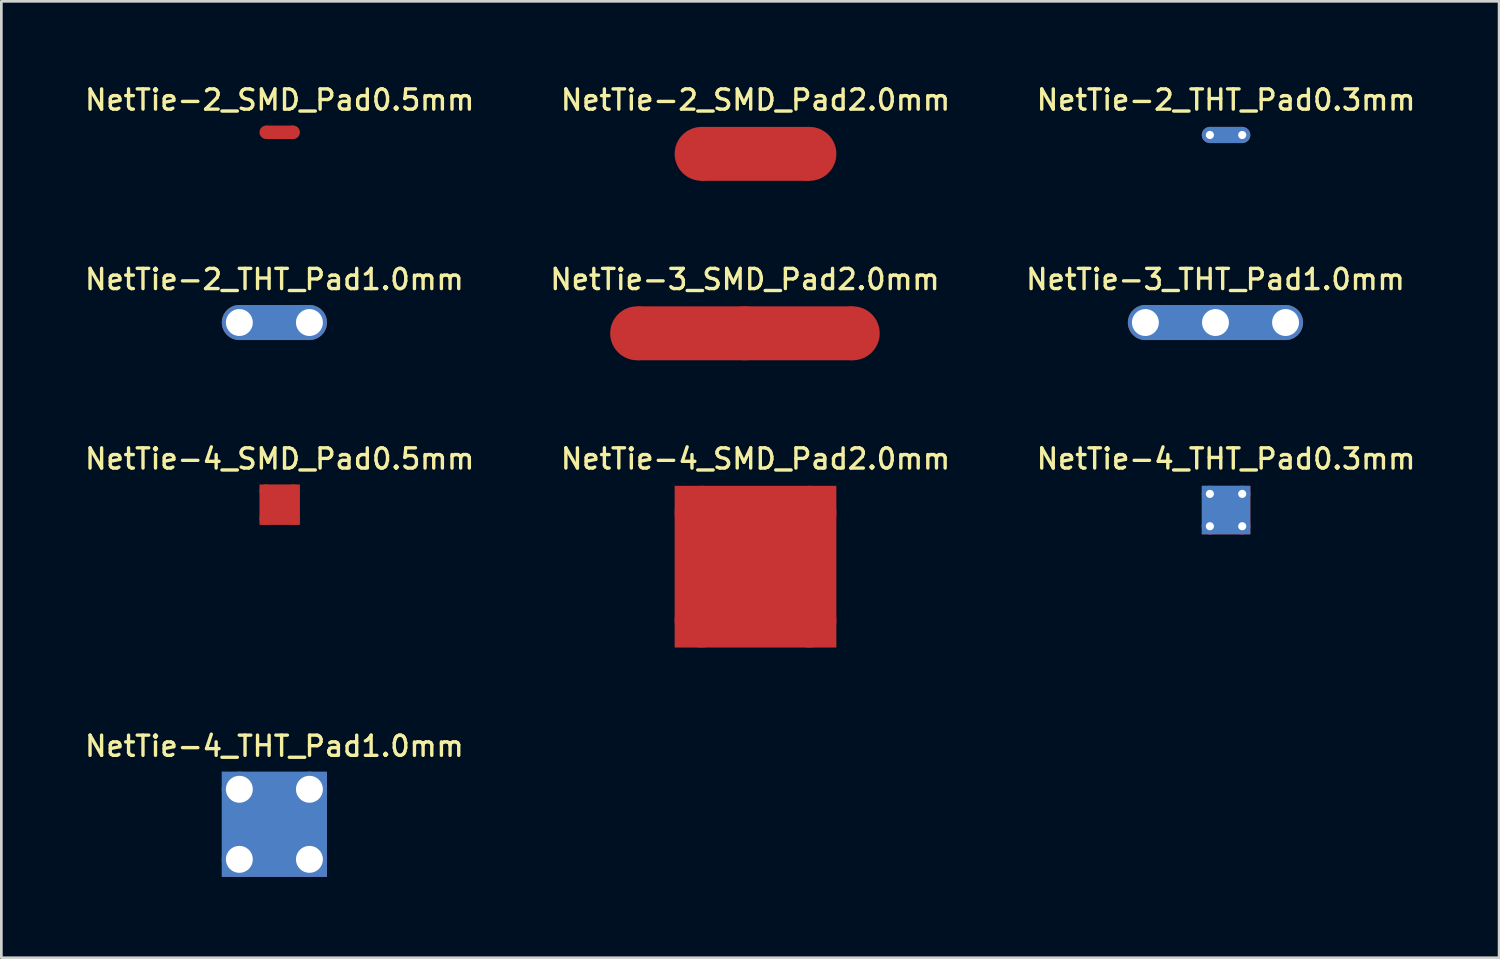
<source format=kicad_pcb>
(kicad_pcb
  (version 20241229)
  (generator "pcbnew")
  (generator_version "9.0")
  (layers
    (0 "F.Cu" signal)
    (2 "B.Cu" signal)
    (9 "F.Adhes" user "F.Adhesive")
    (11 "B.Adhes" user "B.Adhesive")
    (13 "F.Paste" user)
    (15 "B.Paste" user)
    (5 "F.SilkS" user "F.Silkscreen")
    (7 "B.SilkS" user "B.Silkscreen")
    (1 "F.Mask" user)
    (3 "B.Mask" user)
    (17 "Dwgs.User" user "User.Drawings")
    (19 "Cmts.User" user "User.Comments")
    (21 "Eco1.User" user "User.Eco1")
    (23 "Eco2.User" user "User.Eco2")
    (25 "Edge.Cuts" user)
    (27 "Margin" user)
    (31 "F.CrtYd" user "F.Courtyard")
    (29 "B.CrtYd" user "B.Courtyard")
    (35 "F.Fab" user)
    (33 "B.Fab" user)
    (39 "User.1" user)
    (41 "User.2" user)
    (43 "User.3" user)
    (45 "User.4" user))
  (footprint "NetTie-2_SMD_Pad2.0mm"
    (layer "F.Cu")
    (at 24.98 2.658)
    (property "Reference" "NetTie-2_SMD_Pad2.0mm" (at 0 -2 0) (layer "F.SilkS") (effects (font (size 0.75 0.75) (thickness 0.125))))
    (attr exclude_from_pos_files exclude_from_bom allow_missing_courtyard)
    (fp_poly (pts (xy -2 -1) (xy 2 -1) (xy 2 1) (xy -2 1)) (stroke (width 0) (type solid)) (fill yes) (layer "F.Cu"))
    (pad "1" smd circle (at -2 0) (size 2 2) (layers "F.Cu"))
    (pad "2" smd circle (at 2 0) (size 2 2) (layers "F.Cu")))
  (footprint "NetTie-4_THT_Pad0.3mm"
    (layer "F.Cu")
    (at 41.838 15.274)
    (property "Reference" "NetTie-4_THT_Pad0.3mm" (at 0.6 -1.3 0) (layer "F.SilkS") (effects (font (size 0.75 0.75) (thickness 0.125))))
    (attr exclude_from_pos_files exclude_from_bom allow_missing_courtyard)
    (fp_poly (pts (xy -0.3 -0.3) (xy 1.5 -0.3) (xy 1.5 1.5) (xy -0.3 1.5)) (stroke (width 0) (type solid)) (fill yes) (layer "F.Cu"))
    (fp_poly (pts (xy -0.3 -0.3) (xy 1.5 -0.3) (xy 1.5 1.5) (xy -0.3 1.5)) (stroke (width 0) (type solid)) (fill yes) (layer "B.Cu"))
    (pad "1" thru_hole circle (at 0 0) (size 0.6 0.6) (drill 0.3) (layers "*.Cu"))
    (pad "2" thru_hole circle (at 1.2 0) (size 0.6 0.6) (drill 0.3) (layers "*.Cu"))
    (pad "3" thru_hole circle (at 0 1.2) (size 0.6 0.6) (drill 0.3) (layers "*.Cu"))
    (pad "4" thru_hole circle (at 1.2 1.2) (size 0.6 0.6) (drill 0.3) (layers "*.Cu")))
  (footprint "NetTie-3_THT_Pad1.0mm"
    (layer "F.Cu")
    (at 39.445 8.916)
    (property "Reference" "NetTie-3_THT_Pad1.0mm" (at 2.6 -1.6 0) (layer "F.SilkS") (effects (font (size 0.75 0.75) (thickness 0.125))))
    (attr exclude_from_pos_files exclude_from_bom allow_missing_courtyard)
    (fp_poly (pts (xy 0 -0.65) (xy 5.2 -0.65) (xy 5.2 0.65) (xy 0 0.65)) (stroke (width 0) (type solid)) (fill yes) (layer "F.Cu"))
    (fp_poly (pts (xy 0 -0.65) (xy 5.2 -0.65) (xy 5.2 0.65) (xy 0 0.65)) (stroke (width 0) (type solid)) (fill yes) (layer "B.Cu"))
    (pad "1" thru_hole circle (at 0 0) (size 1.3 1.3) (drill 1) (layers "*.Cu"))
    (pad "2" thru_hole circle (at 2.6 0) (size 1.3 1.3) (drill 1) (layers "*.Cu"))
    (pad "3" thru_hole circle (at 5.2 0) (size 1.3 1.3) (drill 1) (layers "*.Cu")))
  (footprint "NetTie-2_THT_Pad1.0mm"
    (layer "F.Cu")
    (at 5.83 8.916)
    (property "Reference" "NetTie-2_THT_Pad1.0mm" (at 1.3 -1.6 0) (layer "F.SilkS") (effects (font (size 0.75 0.75) (thickness 0.125))))
    (attr exclude_from_pos_files exclude_from_bom allow_missing_courtyard)
    (fp_poly (pts (xy 0 -0.65) (xy 2.6 -0.65) (xy 2.6 0.65) (xy 0 0.65)) (stroke (width 0) (type solid)) (fill yes) (layer "F.Cu"))
    (fp_poly (pts (xy 0 -0.65) (xy 2.6 -0.65) (xy 2.6 0.65) (xy 0 0.65)) (stroke (width 0) (type solid)) (fill yes) (layer "B.Cu"))
    (pad "1" thru_hole circle (at 0 0) (size 1.3 1.3) (drill 1) (layers "*.Cu"))
    (pad "2" thru_hole circle (at 2.6 0) (size 1.3 1.3) (drill 1) (layers "*.Cu")))
  (footprint "NetTie-3_SMD_Pad2.0mm"
    (layer "F.Cu")
    (at 24.588 9.316)
    (property "Reference" "NetTie-3_SMD_Pad2.0mm" (at 0 -2 0) (layer "F.SilkS") (effects (font (size 0.75 0.75) (thickness 0.125))))
    (attr exclude_from_pos_files exclude_from_bom allow_missing_courtyard)
    (fp_poly (pts (xy -4 -1) (xy 4 -1) (xy 4 1) (xy -4 1)) (stroke (width 0) (type solid)) (fill yes) (layer "F.Cu"))
    (pad "1" smd circle (at -4 0) (size 2 2) (layers "F.Cu"))
    (pad "2" smd circle (at 0 0) (size 2 2) (layers "F.Cu"))
    (pad "3" smd circle (at 4 0) (size 2 2) (layers "F.Cu")))
  (footprint "NetTie-4_SMD_Pad0.5mm"
    (layer "F.Cu")
    (at 7.327 15.674)
    (property "Reference" "NetTie-4_SMD_Pad0.5mm" (at 0 -1.7 0) (layer "F.SilkS") (effects (font (size 0.75 0.75) (thickness 0.125))))
    (attr exclude_from_pos_files exclude_from_bom allow_missing_courtyard)
    (fp_poly (pts (xy -0.75 -0.75) (xy 0.75 -0.75) (xy 0.75 0.75) (xy -0.75 0.75)) (stroke (width 0) (type solid)) (fill yes) (layer "F.Cu"))
    (pad "1" smd circle (at -0.5 -0.5) (size 0.5 0.5) (layers "F.Cu"))
    (pad "2" smd circle (at 0.5 -0.5) (size 0.5 0.5) (layers "F.Cu"))
    (pad "3" smd circle (at -0.5 0.5) (size 0.5 0.5) (layers "F.Cu"))
    (pad "4" smd circle (at 0.5 0.5) (size 0.5 0.5) (layers "F.Cu")))
  (footprint "NetTie-4_THT_Pad1.0mm"
    (layer "F.Cu")
    (at 5.83 26.233)
    (property "Reference" "NetTie-4_THT_Pad1.0mm" (at 1.3 -1.6 0) (layer "F.SilkS") (effects (font (size 0.75 0.75) (thickness 0.125))))
    (attr exclude_from_pos_files exclude_from_bom allow_missing_courtyard)
    (fp_poly (pts (xy -0.65 -0.65) (xy 3.25 -0.65) (xy 3.25 3.25) (xy -0.65 3.25)) (stroke (width 0) (type solid)) (fill yes) (layer "F.Cu"))
    (fp_poly (pts (xy -0.65 -0.65) (xy 3.25 -0.65) (xy 3.25 3.25) (xy -0.65 3.25)) (stroke (width 0) (type solid)) (fill yes) (layer "B.Cu"))
    (pad "1" thru_hole circle (at 0 0) (size 1.3 1.3) (drill 1) (layers "*.Cu"))
    (pad "2" thru_hole circle (at 2.6 0) (size 1.3 1.3) (drill 1) (layers "*.Cu"))
    (pad "3" thru_hole circle (at 0 2.6) (size 1.3 1.3) (drill 1) (layers "*.Cu"))
    (pad "4" thru_hole circle (at 2.6 2.6) (size 1.3 1.3) (drill 1) (layers "*.Cu")))
  (footprint "NetTie-2_THT_Pad0.3mm"
    (layer "F.Cu")
    (at 41.838 1.958)
    (property "Reference" "NetTie-2_THT_Pad0.3mm" (at 0.6 -1.3 0) (layer "F.SilkS") (effects (font (size 0.75 0.75) (thickness 0.125))))
    (attr exclude_from_pos_files exclude_from_bom allow_missing_courtyard)
    (fp_poly (pts (xy 0 -0.3) (xy 1.2 -0.3) (xy 1.2 0.3) (xy 0 0.3)) (stroke (width 0) (type solid)) (fill yes) (layer "F.Cu"))
    (fp_poly (pts (xy 0 -0.3) (xy 1.2 -0.3) (xy 1.2 0.3) (xy 0 0.3)) (stroke (width 0) (type solid)) (fill yes) (layer "B.Cu"))
    (pad "1" thru_hole circle (at 0 0) (size 0.6 0.6) (drill 0.3) (layers "*.Cu"))
    (pad "2" thru_hole circle (at 1.2 0) (size 0.6 0.6) (drill 0.3) (layers "*.Cu")))
  (footprint "NetTie-4_SMD_Pad2.0mm"
    (layer "F.Cu")
    (at 24.98 17.974)
    (property "Reference" "NetTie-4_SMD_Pad2.0mm" (at 0 -4 0) (layer "F.SilkS") (effects (font (size 0.75 0.75) (thickness 0.125))))
    (attr exclude_from_pos_files exclude_from_bom allow_missing_courtyard)
    (fp_poly (pts (xy -3 -3) (xy 3 -3) (xy 3 3) (xy -3 3)) (stroke (width 0) (type solid)) (fill yes) (layer "F.Cu"))
    (pad "1" smd circle (at -2 -2) (size 2 2) (layers "F.Cu"))
    (pad "2" smd circle (at 2 -2) (size 2 2) (layers "F.Cu"))
    (pad "3" smd circle (at -2 2) (size 2 2) (layers "F.Cu"))
    (pad "4" smd circle (at 2 2) (size 2 2) (layers "F.Cu")))
  (footprint "NetTie-2_SMD_Pad0.5mm"
    (layer "F.Cu")
    (at 7.327 1.858)
    (property "Reference" "NetTie-2_SMD_Pad0.5mm" (at 0 -1.2 0) (layer "F.SilkS") (effects (font (size 0.75 0.75) (thickness 0.125))))
    (attr exclude_from_pos_files exclude_from_bom allow_missing_courtyard)
    (fp_poly (pts (xy -0.5 -0.25) (xy 0.5 -0.25) (xy 0.5 0.25) (xy -0.5 0.25)) (stroke (width 0) (type solid)) (fill yes) (layer "F.Cu"))
    (pad "1" smd circle (at -0.5 0) (size 0.5 0.5) (layers "F.Cu"))
    (pad "2" smd circle (at 0.5 0) (size 0.5 0.5) (layers "F.Cu")))
  (gr_rect
    (start -3 -3)
    (end 52.568 32.483)
    (stroke (width 0.1) (type default))
    (fill no)
    (layer "Edge.Cuts")))
</source>
